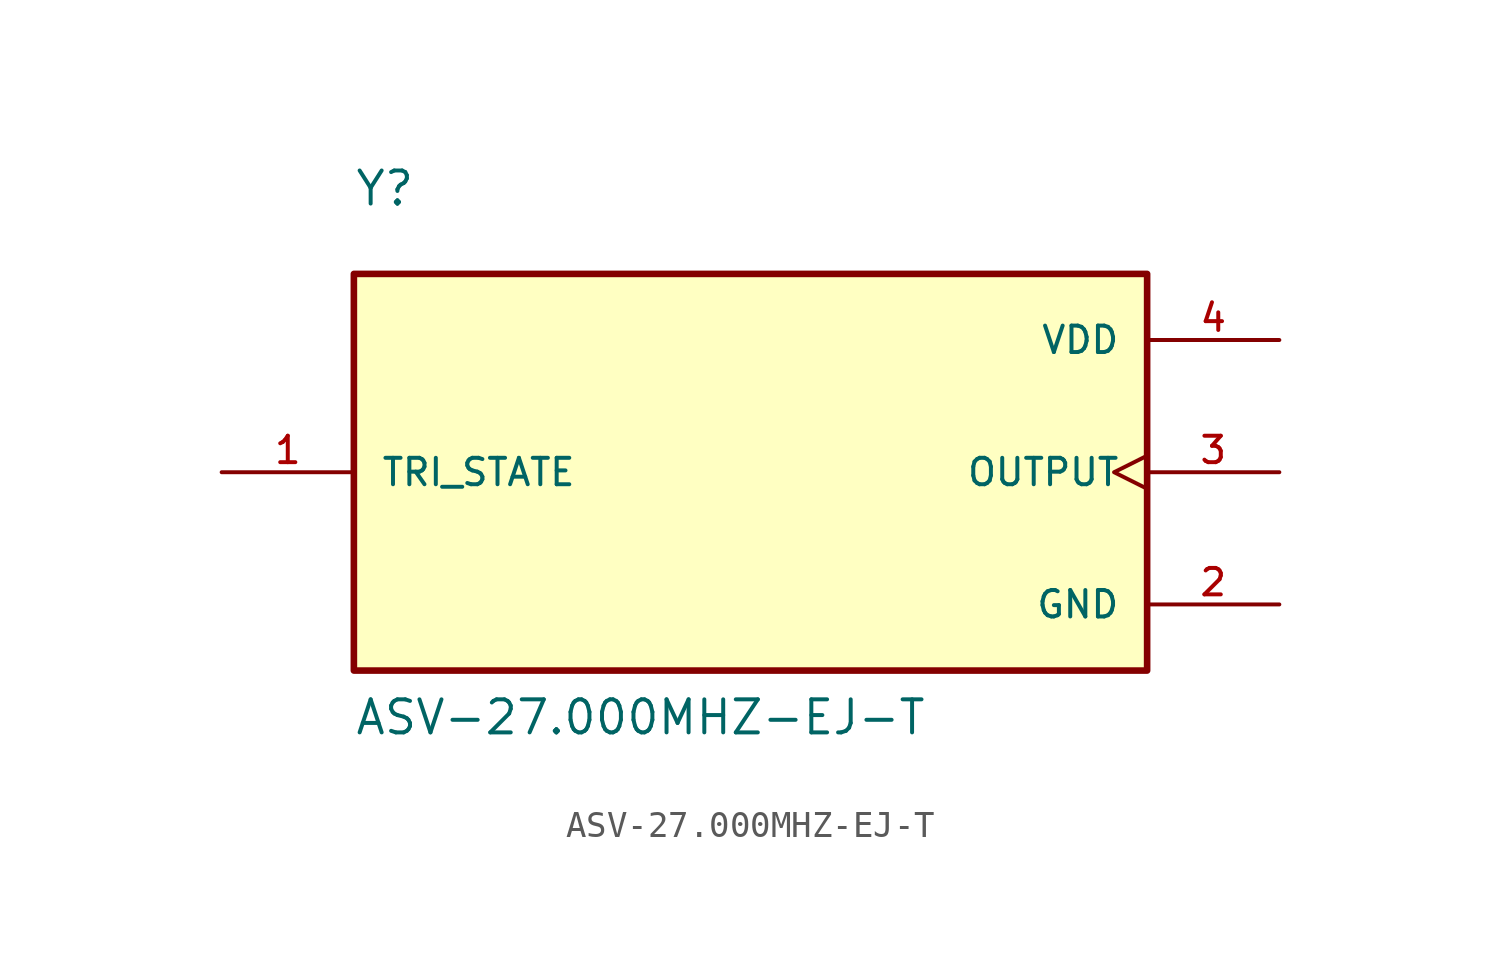
<source format=kicad_sym>
(kicad_symbol_lib
  (version 20211014)
  (generator kicad_symbol_editor)
  (symbol "ASV-27.000MHZ-EJ-T"
    (pin_names
      (offset 1.016))
    (property "Reference" "Y"
      (at -15.24 10.16 0)
      (effects (font (size 1.27 1.27)) (justify bottom left)))
    (property "Value" "ASV-27.000MHZ-EJ-T"
      (at -15.24 -10.16 0)
      (effects (font (size 1.27 1.27)) (justify bottom left)))
    (symbol "ASV-27.000MHZ-EJ-T_0_0"
      (rectangle (start -15.24 -7.62) (end 15.24 7.62) (stroke (width 0.254)) (fill (type background)))
      (pin power_in line (at 20.32 5.08 180.0) (length 5.08) (name "VDD" (effects (font (size 1.016 1.016)))) (number "4" (effects (font (size 1.016 1.016)))))
      (pin input line (at -20.32 0.0 0) (length 5.08) (name "TRI_STATE" (effects (font (size 1.016 1.016)))) (number "1" (effects (font (size 1.016 1.016)))))
      (pin power_in line (at 20.32 -5.08 180.0) (length 5.08) (name "GND" (effects (font (size 1.016 1.016)))) (number "2" (effects (font (size 1.016 1.016)))))
      (pin output clock (at 20.32 0.0 180.0) (length 5.08) (name "OUTPUT" (effects (font (size 1.016 1.016)))) (number "3" (effects (font (size 1.016 1.016))))))))
</source>
